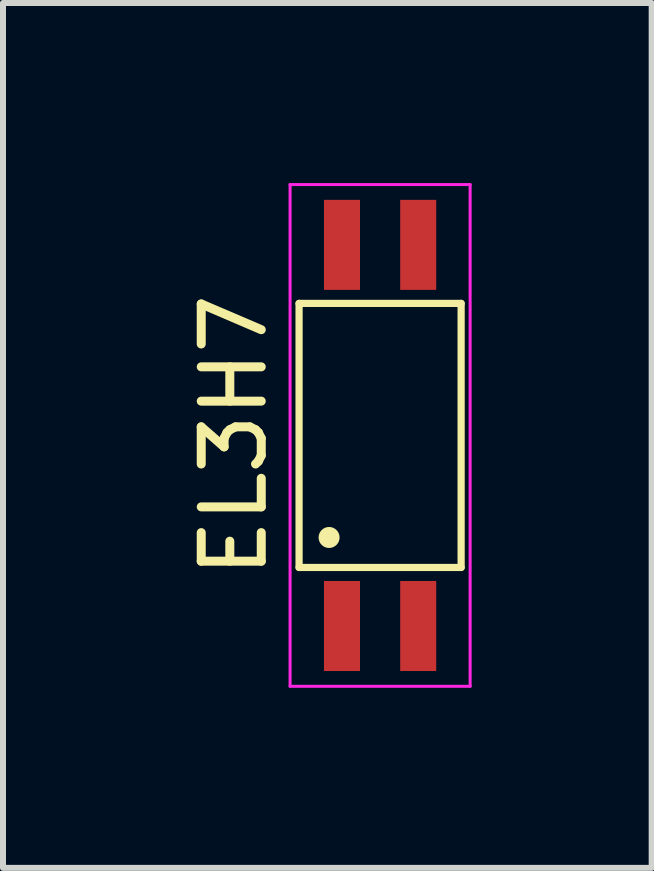
<source format=kicad_pcb>
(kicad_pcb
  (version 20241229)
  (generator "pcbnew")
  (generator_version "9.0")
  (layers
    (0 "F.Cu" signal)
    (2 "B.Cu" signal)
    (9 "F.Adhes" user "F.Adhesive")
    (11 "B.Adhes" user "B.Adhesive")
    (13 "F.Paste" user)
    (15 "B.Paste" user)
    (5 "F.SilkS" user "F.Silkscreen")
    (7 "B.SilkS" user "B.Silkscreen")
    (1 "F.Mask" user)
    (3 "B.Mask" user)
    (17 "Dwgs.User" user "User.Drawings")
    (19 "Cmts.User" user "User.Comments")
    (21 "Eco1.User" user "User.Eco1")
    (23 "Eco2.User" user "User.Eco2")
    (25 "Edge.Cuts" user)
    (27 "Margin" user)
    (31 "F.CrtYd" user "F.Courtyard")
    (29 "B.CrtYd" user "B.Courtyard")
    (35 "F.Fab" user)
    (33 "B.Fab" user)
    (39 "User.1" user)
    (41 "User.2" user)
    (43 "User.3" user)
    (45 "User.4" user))
  (footprint "EL3H7"
    (layer "F.Cu")
    (at 3.283 4.205)
    (property "Reference" "EL3H7" (at -2.435 0 90) (layer "F.SilkS") (effects (font (size 1 1) (thickness 0.15))))
    (attr through_hole)
    (fp_line (start -1.35 -2.2) (end 1.35 -2.2) (stroke (width 0.12) (type solid)) (layer "F.SilkS"))
    (fp_line (start -1.35 2.2) (end -1.35 -2.2) (stroke (width 0.12) (type solid)) (layer "F.SilkS"))
    (fp_line (start 1.35 -2.2) (end 1.35 2.2) (stroke (width 0.12) (type solid)) (layer "F.SilkS"))
    (fp_line (start 1.35 2.2) (end -1.35 2.2) (stroke (width 0.12) (type solid)) (layer "F.SilkS"))
    (fp_circle (center -0.85 1.7) (end -0.75 1.7) (stroke (width 0.15) (type solid)) (fill yes) (layer "F.SilkS"))
    (fp_line (start -1.5 -4.18) (end 1.5 -4.18) (stroke (width 0.05) (type solid)) (layer "F.CrtYd"))
    (fp_line (start -1.5 4.18) (end -1.5 -4.18) (stroke (width 0.05) (type solid)) (layer "F.CrtYd"))
    (fp_line (start 1.5 -4.18) (end 1.5 4.18) (stroke (width 0.05) (type solid)) (layer "F.CrtYd"))
    (fp_line (start 1.5 4.18) (end -1.5 4.18) (stroke (width 0.05) (type solid)) (layer "F.CrtYd"))
    (pad "1" smd rect (at -0.635 3.175) (size 0.6 1.5) (layers "F.Cu" "F.Mask" "F.Paste"))
    (pad "2" smd rect (at 0.635 3.175) (size 0.6 1.5) (layers "F.Cu" "F.Mask" "F.Paste"))
    (pad "3" smd rect (at 0.635 -3.175) (size 0.6 1.5) (layers "F.Cu" "F.Mask" "F.Paste"))
    (pad "4" smd rect (at -0.635 -3.175) (size 0.6 1.5) (layers "F.Cu" "F.Mask" "F.Paste")))
  (gr_rect
    (start -3 -3)
    (end 7.808 11.41)
    (stroke (width 0.1) (type default))
    (fill no)
    (layer "Edge.Cuts")))
</source>
